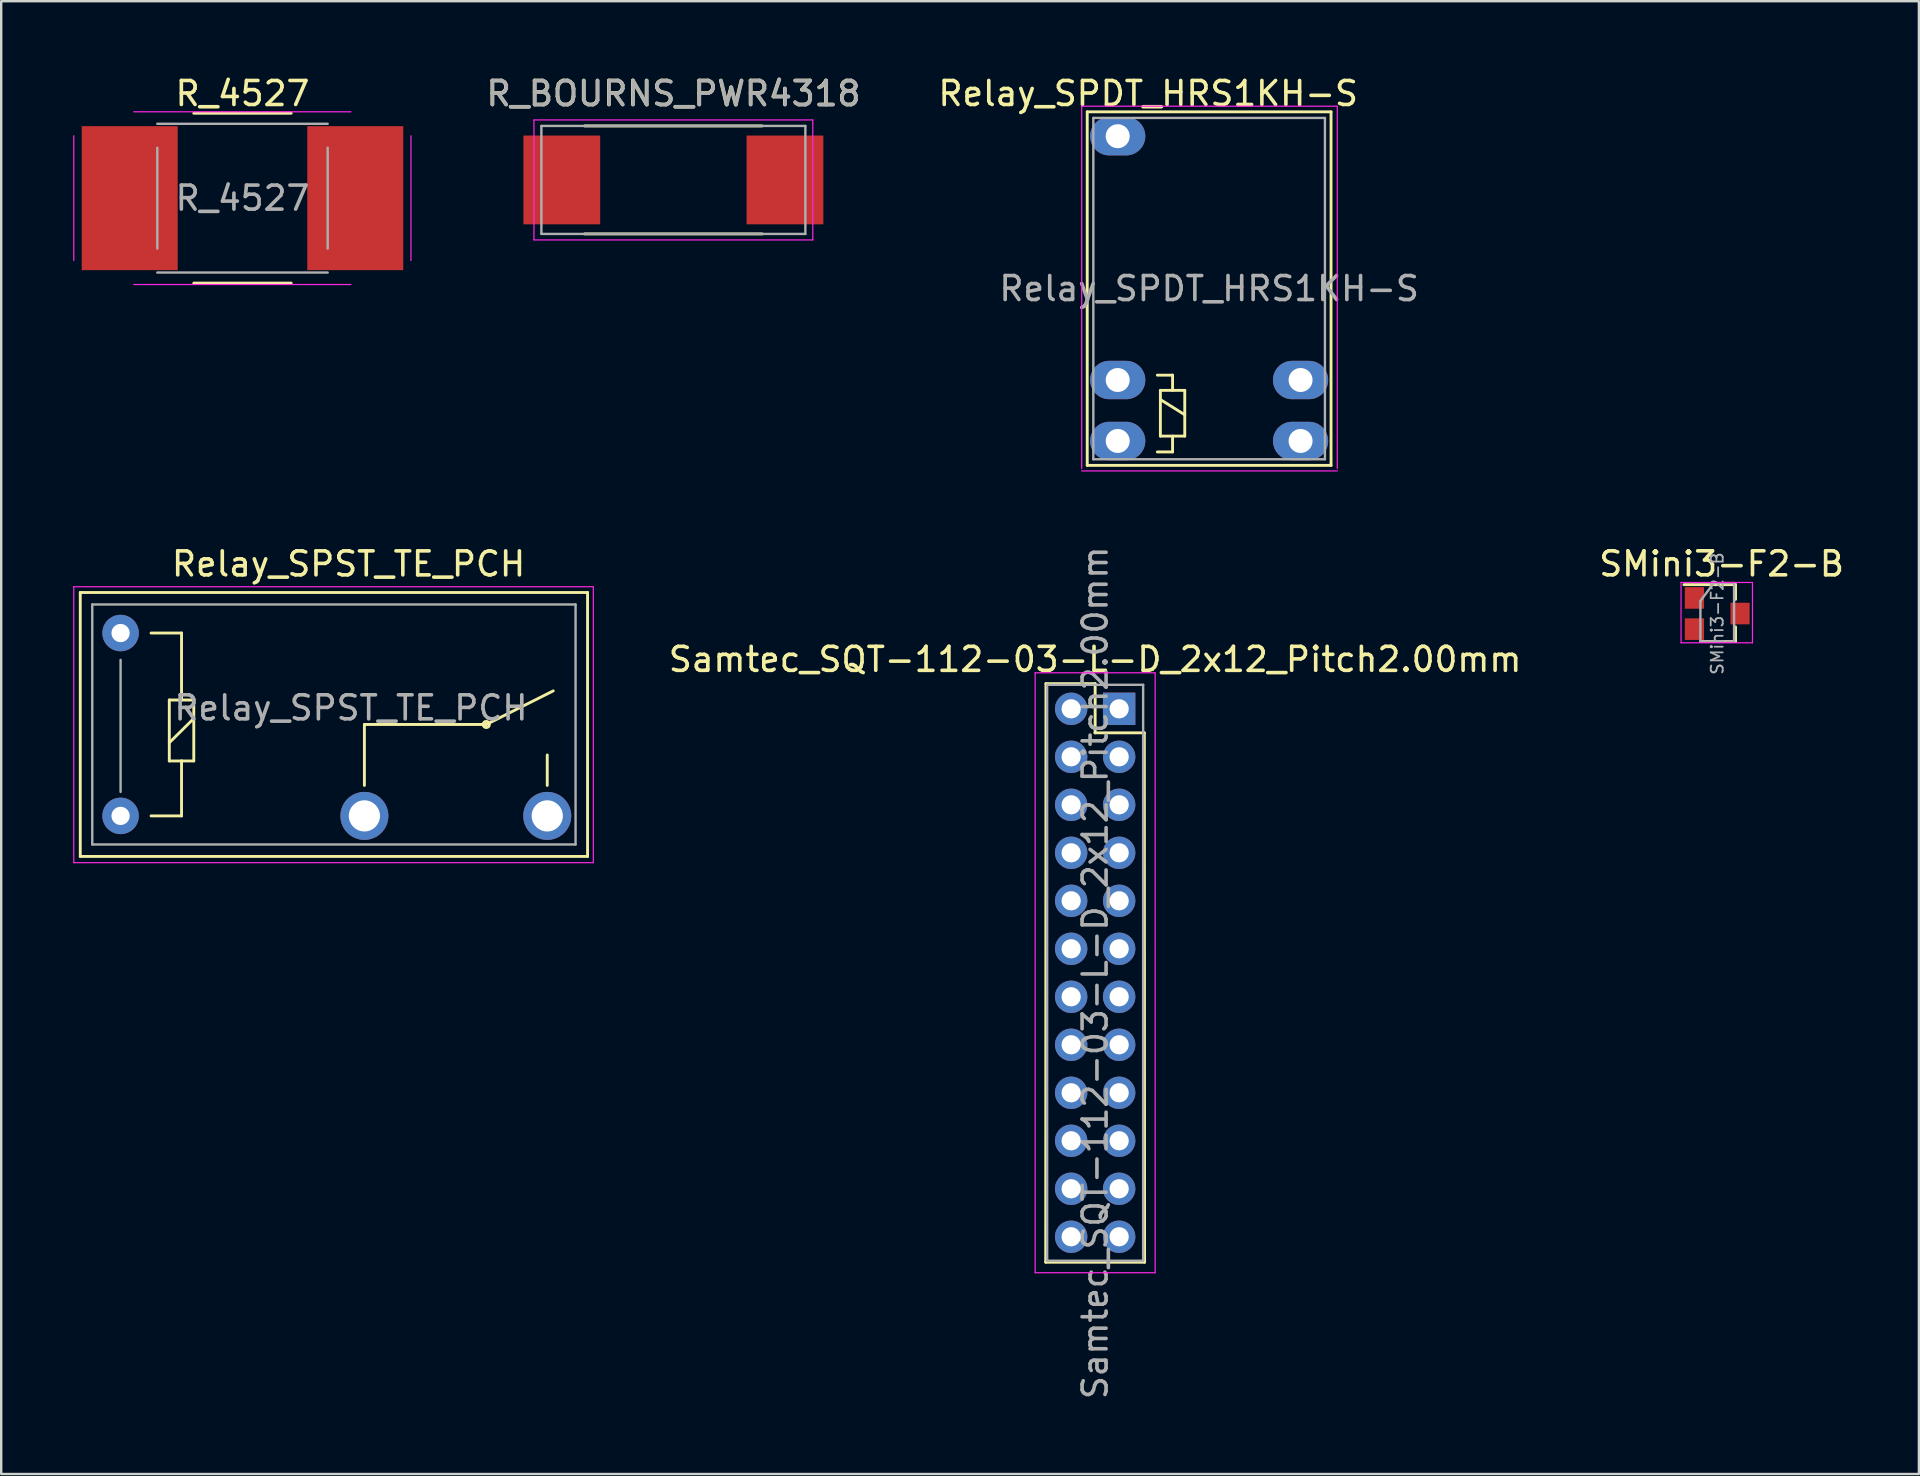
<source format=kicad_pcb>
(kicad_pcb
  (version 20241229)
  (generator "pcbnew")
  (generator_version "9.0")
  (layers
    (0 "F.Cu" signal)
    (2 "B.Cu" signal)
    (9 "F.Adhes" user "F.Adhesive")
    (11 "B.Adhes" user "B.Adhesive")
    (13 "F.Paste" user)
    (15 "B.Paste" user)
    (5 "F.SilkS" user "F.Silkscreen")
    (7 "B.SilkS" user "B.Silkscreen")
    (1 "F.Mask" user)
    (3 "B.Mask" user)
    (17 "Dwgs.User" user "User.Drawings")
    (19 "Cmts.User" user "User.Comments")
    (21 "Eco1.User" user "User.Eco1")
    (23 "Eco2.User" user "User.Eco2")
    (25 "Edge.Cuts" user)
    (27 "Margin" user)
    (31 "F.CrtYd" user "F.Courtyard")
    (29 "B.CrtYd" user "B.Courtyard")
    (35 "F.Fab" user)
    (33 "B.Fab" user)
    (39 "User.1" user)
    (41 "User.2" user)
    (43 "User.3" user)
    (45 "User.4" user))
  (footprint "Relay_SPDT_HRS1KH-S"
    (layer "F.Cu")
    (at 43.527 2.626)
    (property "Reference" "Relay_SPDT_HRS1KH-S" (at 1.27 -1.778 0) (layer "F.SilkS") (effects (font (size 1 1) (thickness 0.15))))
    (attr through_hole)
    (fp_line (start -1.27 -1.016) (end 8.89 -1.016) (stroke (width 0.12) (type solid)) (layer "F.SilkS"))
    (fp_line (start -1.27 13.716) (end -1.27 -1.016) (stroke (width 0.12) (type solid)) (layer "F.SilkS"))
    (fp_line (start 1.651 9.957) (end 2.286 9.957) (stroke (width 0.12) (type solid)) (layer "F.SilkS"))
    (fp_line (start 1.651 13.157) (end 2.286 13.157) (stroke (width 0.12) (type solid)) (layer "F.SilkS"))
    (fp_line (start 1.778 10.592) (end 1.778 12.497) (stroke (width 0.12) (type solid)) (layer "F.SilkS"))
    (fp_line (start 1.778 10.592) (end 2.794 10.592) (stroke (width 0.12) (type solid)) (layer "F.SilkS"))
    (fp_line (start 1.778 10.973) (end 2.794 11.608) (stroke (width 0.12) (type solid)) (layer "F.SilkS"))
    (fp_line (start 1.778 12.497) (end 2.794 12.497) (stroke (width 0.12) (type solid)) (layer "F.SilkS"))
    (fp_line (start 2.286 9.957) (end 2.286 10.592) (stroke (width 0.12) (type solid)) (layer "F.SilkS"))
    (fp_line (start 2.286 13.157) (end 2.286 12.497) (stroke (width 0.12) (type solid)) (layer "F.SilkS"))
    (fp_line (start 2.794 12.497) (end 2.794 10.592) (stroke (width 0.12) (type solid)) (layer "F.SilkS"))
    (fp_line (start 8.89 -1.016) (end 8.89 13.716) (stroke (width 0.12) (type solid)) (layer "F.SilkS"))
    (fp_line (start 8.89 13.716) (end -1.27 13.716) (stroke (width 0.12) (type solid)) (layer "F.SilkS"))
    (fp_line (start -1.5 -1.25) (end 9.15 -1.25) (stroke (width 0.05) (type solid)) (layer "F.CrtYd"))
    (fp_line (start -1.5 13.85) (end -1.5 -1.25) (stroke (width 0.05) (type solid)) (layer "F.CrtYd"))
    (fp_line (start 9.15 -1.25) (end 9.15 13.85) (stroke (width 0.05) (type solid)) (layer "F.CrtYd"))
    (fp_line (start 9.15 13.95) (end -1.5 13.95) (stroke (width 0.05) (type solid)) (layer "F.CrtYd"))
    (fp_line (start -1.016 -0.762) (end 8.636 -0.762) (stroke (width 0.1) (type solid)) (layer "F.Fab"))
    (fp_line (start -1.016 13.462) (end -1.016 -0.762) (stroke (width 0.1) (type solid)) (layer "F.Fab"))
    (fp_line (start 8.636 -0.762) (end 8.636 13.462) (stroke (width 0.1) (type solid)) (layer "F.Fab"))
    (fp_line (start 8.636 13.462) (end -1.016 13.462) (stroke (width 0.1) (type solid)) (layer "F.Fab"))
    (fp_text user "${REFERENCE}" (at 3.81 6.35 0) (layer "F.Fab") (effects (font (size 1 1) (thickness 0.15))))
    (pad "1" thru_hole oval (at 0 12.7) (size 2.3 1.6) (drill 1) (layers "*.Cu" "*.Mask"))
    (pad "2" thru_hole oval (at 0 0) (size 2.3 1.6) (drill 1) (layers "*.Cu" "*.Mask"))
    (pad "3" thru_hole oval (at 7.62 10.16) (size 2.3 1.6) (drill 1) (layers "*.Cu" "*.Mask"))
    (pad "4" thru_hole oval (at 7.62 12.7) (size 2.3 1.6) (drill 1) (layers "*.Cu" "*.Mask"))
    (pad "5" thru_hole oval (at 0 10.16) (size 2.3 1.6) (drill 1) (layers "*.Cu" "*.Mask")))
  (footprint "R_4527"
    (layer "F.Cu")
    (at 7.055 5.208)
    (property "Reference" "R_4527" (at 0 -4.36 0) (layer "F.SilkS") (effects (font (size 1 1) (thickness 0.15))))
    (attr smd)
    (fp_line (start -2.03 -3.54) (end 2.03 -3.54) (stroke (width 0.12) (type solid)) (layer "F.SilkS"))
    (fp_line (start -2.03 3.54) (end 2.03 3.54) (stroke (width 0.12) (type solid)) (layer "F.SilkS"))
    (fp_line (start -7.03 -2.6) (end -7.03 2.6) (stroke (width 0.05) (type solid)) (layer "F.CrtYd"))
    (fp_line (start -4.53 -3.6) (end 4.52 -3.6) (stroke (width 0.05) (type solid)) (layer "F.CrtYd"))
    (fp_line (start 4.52 3.6) (end -4.53 3.6) (stroke (width 0.05) (type solid)) (layer "F.CrtYd"))
    (fp_line (start 7.02 2.6) (end 7.02 -2.6) (stroke (width 0.05) (type solid)) (layer "F.CrtYd"))
    (fp_line (start -3.55 -2.1) (end -3.55 2.1) (stroke (width 0.1) (type solid)) (layer "F.Fab"))
    (fp_line (start -3.55 3.1) (end 3.55 3.1) (stroke (width 0.1) (type solid)) (layer "F.Fab"))
    (fp_line (start 3.55 -3.1) (end -3.55 -3.1) (stroke (width 0.1) (type solid)) (layer "F.Fab"))
    (fp_line (start 3.55 2.1) (end 3.55 -2.1) (stroke (width 0.1) (type solid)) (layer "F.Fab"))
    (fp_text user "${REFERENCE}" (at 0 0 0) (layer "F.Fab") (effects (font (size 1 1) (thickness 0.15))))
    (pad "1" smd rect (at -4.7 0) (size 4 6) (layers "F.Cu" "F.Mask" "F.Paste"))
    (pad "2" smd rect (at 4.7 0) (size 4 6) (layers "F.Cu" "F.Mask" "F.Paste")))
  (footprint "Samtec_SQT-112-03-L-D_2x12_Pitch2.00mm"
    (layer "F.Cu")
    (at 41.587 26.488)
    (property "Reference" "Samtec_SQT-112-03-L-D_2x12_Pitch2.00mm" (at 1 -2.06 0) (layer "F.SilkS") (effects (font (size 1 1) (thickness 0.15))))
    (attr through_hole)
    (fp_line (start -1.06 23.06) (end 3.06 23.06) (stroke (width 0.12) (type solid)) (layer "F.SilkS"))
    (fp_line (start -1.05 -1.05) (end -1.06 23.06) (stroke (width 0.12) (type solid)) (layer "F.SilkS"))
    (fp_line (start -1.05 -1.05) (end 1 -1.05) (stroke (width 0.12) (type solid)) (layer "F.SilkS"))
    (fp_line (start 0.99 1) (end 3.05 1) (stroke (width 0.12) (type solid)) (layer "F.SilkS"))
    (fp_line (start 1 1) (end 1 -1.05) (stroke (width 0.12) (type solid)) (layer "F.SilkS"))
    (fp_line (start 3.05 1) (end 3.06 23.06) (stroke (width 0.12) (type solid)) (layer "F.SilkS"))
    (fp_line (start -1.5 -1.5) (end -1.5 23.5) (stroke (width 0.05) (type solid)) (layer "F.CrtYd"))
    (fp_line (start -1.5 23.5) (end 3.5 23.5) (stroke (width 0.05) (type solid)) (layer "F.CrtYd"))
    (fp_line (start 3.5 -1.5) (end -1.5 -1.5) (stroke (width 0.05) (type solid)) (layer "F.CrtYd"))
    (fp_line (start 3.5 23.5) (end 3.5 -1.5) (stroke (width 0.05) (type solid)) (layer "F.CrtYd"))
    (fp_line (start -1 -1) (end 3 -1) (stroke (width 0.1) (type solid)) (layer "F.Fab"))
    (fp_line (start -1 23) (end -1 -1) (stroke (width 0.1) (type solid)) (layer "F.Fab"))
    (fp_line (start 3 -1) (end 3 23) (stroke (width 0.1) (type solid)) (layer "F.Fab"))
    (fp_line (start 3 23) (end -1 23) (stroke (width 0.1) (type solid)) (layer "F.Fab"))
    (fp_text user "${REFERENCE}" (at 1 11 90) (layer "F.Fab") (effects (font (size 1 1) (thickness 0.15))))
    (pad "1" thru_hole rect (at 2 0) (size 1.35 1.35) (drill 0.8) (layers "*.Cu" "*.Mask"))
    (pad "2" thru_hole oval (at 0 0) (size 1.35 1.35) (drill 0.8) (layers "*.Cu" "*.Mask"))
    (pad "3" thru_hole oval (at 2 2) (size 1.35 1.35) (drill 0.8) (layers "*.Cu" "*.Mask"))
    (pad "4" thru_hole oval (at 0 2) (size 1.35 1.35) (drill 0.8) (layers "*.Cu" "*.Mask"))
    (pad "5" thru_hole oval (at 2 4) (size 1.35 1.35) (drill 0.8) (layers "*.Cu" "*.Mask"))
    (pad "6" thru_hole oval (at 0 4) (size 1.35 1.35) (drill 0.8) (layers "*.Cu" "*.Mask"))
    (pad "7" thru_hole oval (at 2 6) (size 1.35 1.35) (drill 0.8) (layers "*.Cu" "*.Mask"))
    (pad "8" thru_hole oval (at 0 6) (size 1.35 1.35) (drill 0.8) (layers "*.Cu" "*.Mask"))
    (pad "9" thru_hole oval (at 2 8) (size 1.35 1.35) (drill 0.8) (layers "*.Cu" "*.Mask"))
    (pad "10" thru_hole oval (at 0 8) (size 1.35 1.35) (drill 0.8) (layers "*.Cu" "*.Mask"))
    (pad "11" thru_hole oval (at 2 10) (size 1.35 1.35) (drill 0.8) (layers "*.Cu" "*.Mask"))
    (pad "12" thru_hole oval (at 0 10) (size 1.35 1.35) (drill 0.8) (layers "*.Cu" "*.Mask"))
    (pad "13" thru_hole oval (at 2 12) (size 1.35 1.35) (drill 0.8) (layers "*.Cu" "*.Mask"))
    (pad "14" thru_hole oval (at 0 12) (size 1.35 1.35) (drill 0.8) (layers "*.Cu" "*.Mask"))
    (pad "15" thru_hole oval (at 2 14) (size 1.35 1.35) (drill 0.8) (layers "*.Cu" "*.Mask"))
    (pad "16" thru_hole oval (at 0 14) (size 1.35 1.35) (drill 0.8) (layers "*.Cu" "*.Mask"))
    (pad "17" thru_hole oval (at 2 16) (size 1.35 1.35) (drill 0.8) (layers "*.Cu" "*.Mask"))
    (pad "18" thru_hole oval (at 0 16) (size 1.35 1.35) (drill 0.8) (layers "*.Cu" "*.Mask"))
    (pad "19" thru_hole oval (at 2 18) (size 1.35 1.35) (drill 0.8) (layers "*.Cu" "*.Mask"))
    (pad "20" thru_hole oval (at 0 18) (size 1.35 1.35) (drill 0.8) (layers "*.Cu" "*.Mask"))
    (pad "21" thru_hole oval (at 2 20) (size 1.35 1.35) (drill 0.8) (layers "*.Cu" "*.Mask"))
    (pad "22" thru_hole oval (at 0 20) (size 1.35 1.35) (drill 0.8) (layers "*.Cu" "*.Mask"))
    (pad "23" thru_hole oval (at 2 22) (size 1.35 1.35) (drill 0.8) (layers "*.Cu" "*.Mask"))
    (pad "24" thru_hole oval (at 0 22) (size 1.35 1.35) (drill 0.8) (layers "*.Cu" "*.Mask")))
  (footprint "R_BOURNS_PWR4318"
    (layer "F.Cu")
    (at 25.011 4.448)
    (property "Reference" "R_BOURNS_PWR4318" (at 0 -3.6 0) (layer "F.SilkS") (effects (font (size 1 1) (thickness 0.15))))
    (attr smd)
    (fp_line (start -3.7 -2.25) (end 3.7 -2.25) (stroke (width 0.12) (type solid)) (layer "F.SilkS"))
    (fp_line (start -3.7 2.25) (end 3.7 2.25) (stroke (width 0.12) (type solid)) (layer "F.SilkS"))
    (fp_line (start -5.81 -2.5) (end 5.81 -2.5) (stroke (width 0.05) (type solid)) (layer "F.CrtYd"))
    (fp_line (start -5.81 2.5) (end -5.81 -2.5) (stroke (width 0.05) (type solid)) (layer "F.CrtYd"))
    (fp_line (start 5.81 -2.5) (end 5.81 2.5) (stroke (width 0.05) (type solid)) (layer "F.CrtYd"))
    (fp_line (start 5.81 2.5) (end -5.81 2.5) (stroke (width 0.05) (type solid)) (layer "F.CrtYd"))
    (fp_line (start -5.5 -2.25) (end 5.5 -2.25) (stroke (width 0.1) (type solid)) (layer "F.Fab"))
    (fp_line (start -5.5 2.25) (end -5.5 -2.25) (stroke (width 0.1) (type solid)) (layer "F.Fab"))
    (fp_line (start 5.5 -2.25) (end 5.5 2.25) (stroke (width 0.1) (type solid)) (layer "F.Fab"))
    (fp_line (start 5.5 2.25) (end -5.5 2.25) (stroke (width 0.1) (type solid)) (layer "F.Fab"))
    (fp_text user "${REFERENCE}" (at 0.013 -3.594 0) (layer "F.Fab") (effects (font (size 1 1) (thickness 0.15))))
    (pad "1" smd rect (at -4.65 0) (size 3.2 3.7) (layers "F.Cu" "F.Mask" "F.Paste"))
    (pad "2" smd rect (at 4.65 0) (size 3.2 3.7) (layers "F.Cu" "F.Mask" "F.Paste")))
  (footprint "SMini3-F2-B"
    (layer "F.Cu")
    (at 68.511 22.517)
    (property "Reference" "SMini3-F2-B" (at 0.183 -2.068 0) (layer "F.SilkS") (effects (font (size 1 1) (thickness 0.15))))
    (attr smd)
    (fp_line (start 0.762 -1.209) (end 0.762 -0.589) (stroke (width 0.12) (type solid)) (layer "F.SilkS"))
    (fp_line (start 0.762 -1.204) (end -1.387 -1.204) (stroke (width 0.12) (type solid)) (layer "F.SilkS"))
    (fp_line (start 0.762 1.163) (end -0.698 1.163) (stroke (width 0.12) (type solid)) (layer "F.SilkS"))
    (fp_line (start 0.762 1.163) (end 0.762 0.554) (stroke (width 0.12) (type solid)) (layer "F.SilkS"))
    (fp_line (start -1.509 -1.295) (end 1.468 -1.295) (stroke (width 0.05) (type solid)) (layer "F.CrtYd"))
    (fp_line (start -1.509 1.219) (end -1.509 -1.295) (stroke (width 0.05) (type solid)) (layer "F.CrtYd"))
    (fp_line (start 1.468 -1.295) (end 1.468 1.219) (stroke (width 0.05) (type solid)) (layer "F.CrtYd"))
    (fp_line (start 1.468 1.219) (end -1.509 1.219) (stroke (width 0.05) (type solid)) (layer "F.CrtYd"))
    (fp_line (start -0.701 -0.523) (end -0.701 1.158) (stroke (width 0.1) (type solid)) (layer "F.Fab"))
    (fp_line (start -0.701 -0.523) (end -0.152 -1.265) (stroke (width 0.1) (type solid)) (layer "F.Fab"))
    (fp_line (start -0.701 1.163) (end 0.699 1.163) (stroke (width 0.1) (type solid)) (layer "F.Fab"))
    (fp_line (start -0.15 -1.27) (end 0.7 -1.27) (stroke (width 0.1) (type solid)) (layer "F.Fab"))
    (fp_line (start 0.701 -1.27) (end 0.701 1.163) (stroke (width 0.1) (type solid)) (layer "F.Fab"))
    (fp_text user "${REFERENCE}" (at 0 0 90) (layer "F.Fab") (effects (font (size 0.5 0.5) (thickness 0.075))))
    (pad "1" smd rect (at -0.95 -0.65) (size 0.8 0.9) (layers "F.Cu" "F.Mask" "F.Paste"))
    (pad "2" smd rect (at -0.95 0.65) (size 0.8 0.9) (layers "F.Cu" "F.Mask" "F.Paste"))
    (pad "3" smd rect (at 0.95 0) (size 0.8 0.9) (layers "F.Cu" "F.Mask" "F.Paste")))
  (footprint "Relay_SPST_TE_PCH"
    (layer "F.Cu")
    (at 1.975 30.95)
    (property "Reference" "Relay_SPST_TE_PCH" (at 9.5 -10.5 180) (layer "F.SilkS") (effects (font (size 1 1) (thickness 0.15))))
    (attr through_hole)
    (fp_line (start -1.68 -9.31) (end 19.46 -9.31) (stroke (width 0.12) (type solid)) (layer "F.SilkS"))
    (fp_line (start -1.68 1.69) (end -1.68 -9.31) (stroke (width 0.12) (type solid)) (layer "F.SilkS"))
    (fp_line (start -1.68 1.69) (end 19.46 1.69) (stroke (width 0.12) (type solid)) (layer "F.SilkS"))
    (fp_line (start 1.27 0) (end 2.54 0) (stroke (width 0.12) (type solid)) (layer "F.SilkS"))
    (fp_line (start 2.03 -4.83) (end 2.54 -4.83) (stroke (width 0.12) (type solid)) (layer "F.SilkS"))
    (fp_line (start 2.03 -3.05) (end 3.05 -4.06) (stroke (width 0.12) (type solid)) (layer "F.SilkS"))
    (fp_line (start 2.03 -2.29) (end 2.03 -4.83) (stroke (width 0.12) (type solid)) (layer "F.SilkS"))
    (fp_line (start 2.54 -7.62) (end 1.27 -7.62) (stroke (width 0.12) (type solid)) (layer "F.SilkS"))
    (fp_line (start 2.54 -4.83) (end 2.54 -7.62) (stroke (width 0.12) (type solid)) (layer "F.SilkS"))
    (fp_line (start 2.54 -4.83) (end 3.05 -4.83) (stroke (width 0.12) (type solid)) (layer "F.SilkS"))
    (fp_line (start 2.54 -2.29) (end 2.03 -2.29) (stroke (width 0.12) (type solid)) (layer "F.SilkS"))
    (fp_line (start 2.54 0) (end 2.54 -2.29) (stroke (width 0.12) (type solid)) (layer "F.SilkS"))
    (fp_line (start 3.05 -4.83) (end 3.05 -2.29) (stroke (width 0.12) (type solid)) (layer "F.SilkS"))
    (fp_line (start 3.05 -2.29) (end 2.54 -2.29) (stroke (width 0.12) (type solid)) (layer "F.SilkS"))
    (fp_line (start 10.16 -3.81) (end 15.24 -3.81) (stroke (width 0.12) (type solid)) (layer "F.SilkS"))
    (fp_line (start 10.16 -1.27) (end 10.16 -3.81) (stroke (width 0.12) (type solid)) (layer "F.SilkS"))
    (fp_line (start 15.24 -3.81) (end 18.03 -5.21) (stroke (width 0.12) (type solid)) (layer "F.SilkS"))
    (fp_line (start 17.78 -1.27) (end 17.78 -2.54) (stroke (width 0.12) (type solid)) (layer "F.SilkS"))
    (fp_line (start 19.46 1.69) (end 19.46 -9.31) (stroke (width 0.12) (type solid)) (layer "F.SilkS"))
    (fp_circle (center 15.24 -3.81) (end 15.24 -3.68) (stroke (width 0.12) (type solid)) (fill no) (layer "F.SilkS"))
    (fp_line (start -1.95 -9.55) (end 19.7 -9.55) (stroke (width 0.05) (type solid)) (layer "F.CrtYd"))
    (fp_line (start -1.95 1.95) (end -1.95 -9.55) (stroke (width 0.05) (type solid)) (layer "F.CrtYd"))
    (fp_line (start 19.7 -9.55) (end 19.7 1.95) (stroke (width 0.05) (type solid)) (layer "F.CrtYd"))
    (fp_line (start 19.7 1.95) (end -1.95 1.95) (stroke (width 0.05) (type solid)) (layer "F.CrtYd"))
    (fp_line (start -1.18 -8.81) (end 18.96 -8.81) (stroke (width 0.1) (type solid)) (layer "F.Fab"))
    (fp_line (start -1.18 1.19) (end -1.18 -8.81) (stroke (width 0.1) (type solid)) (layer "F.Fab"))
    (fp_line (start 0 -1) (end 0 -6.5) (stroke (width 0.1) (type solid)) (layer "F.Fab"))
    (fp_line (start 18.96 -8.81) (end 18.96 1.19) (stroke (width 0.1) (type solid)) (layer "F.Fab"))
    (fp_line (start 18.96 1.19) (end -1.18 1.19) (stroke (width 0.1) (type solid)) (layer "F.Fab"))
    (fp_text user "${REFERENCE}" (at 9.6 -4.5 0) (layer "F.Fab") (effects (font (size 1 1) (thickness 0.15))))
    (pad "1" thru_hole circle (at 0 0 180) (size 1.52 1.52) (drill 0.76) (layers "*.Cu" "*.Mask"))
    (pad "2" thru_hole circle (at 0 -7.62 180) (size 1.52 1.52) (drill 0.76) (layers "*.Cu" "*.Mask"))
    (pad "3" thru_hole circle (at 10.16 0 180) (size 2 2) (drill 1.3) (layers "*.Cu" "*.Mask"))
    (pad "4" thru_hole circle (at 17.78 0 180) (size 2 2) (drill 1.3) (layers "*.Cu" "*.Mask")))
  (gr_rect
    (start -3 -3)
    (end 76.914 58.375)
    (stroke (width 0.1) (type default))
    (fill no)
    (layer "Edge.Cuts")))
</source>
